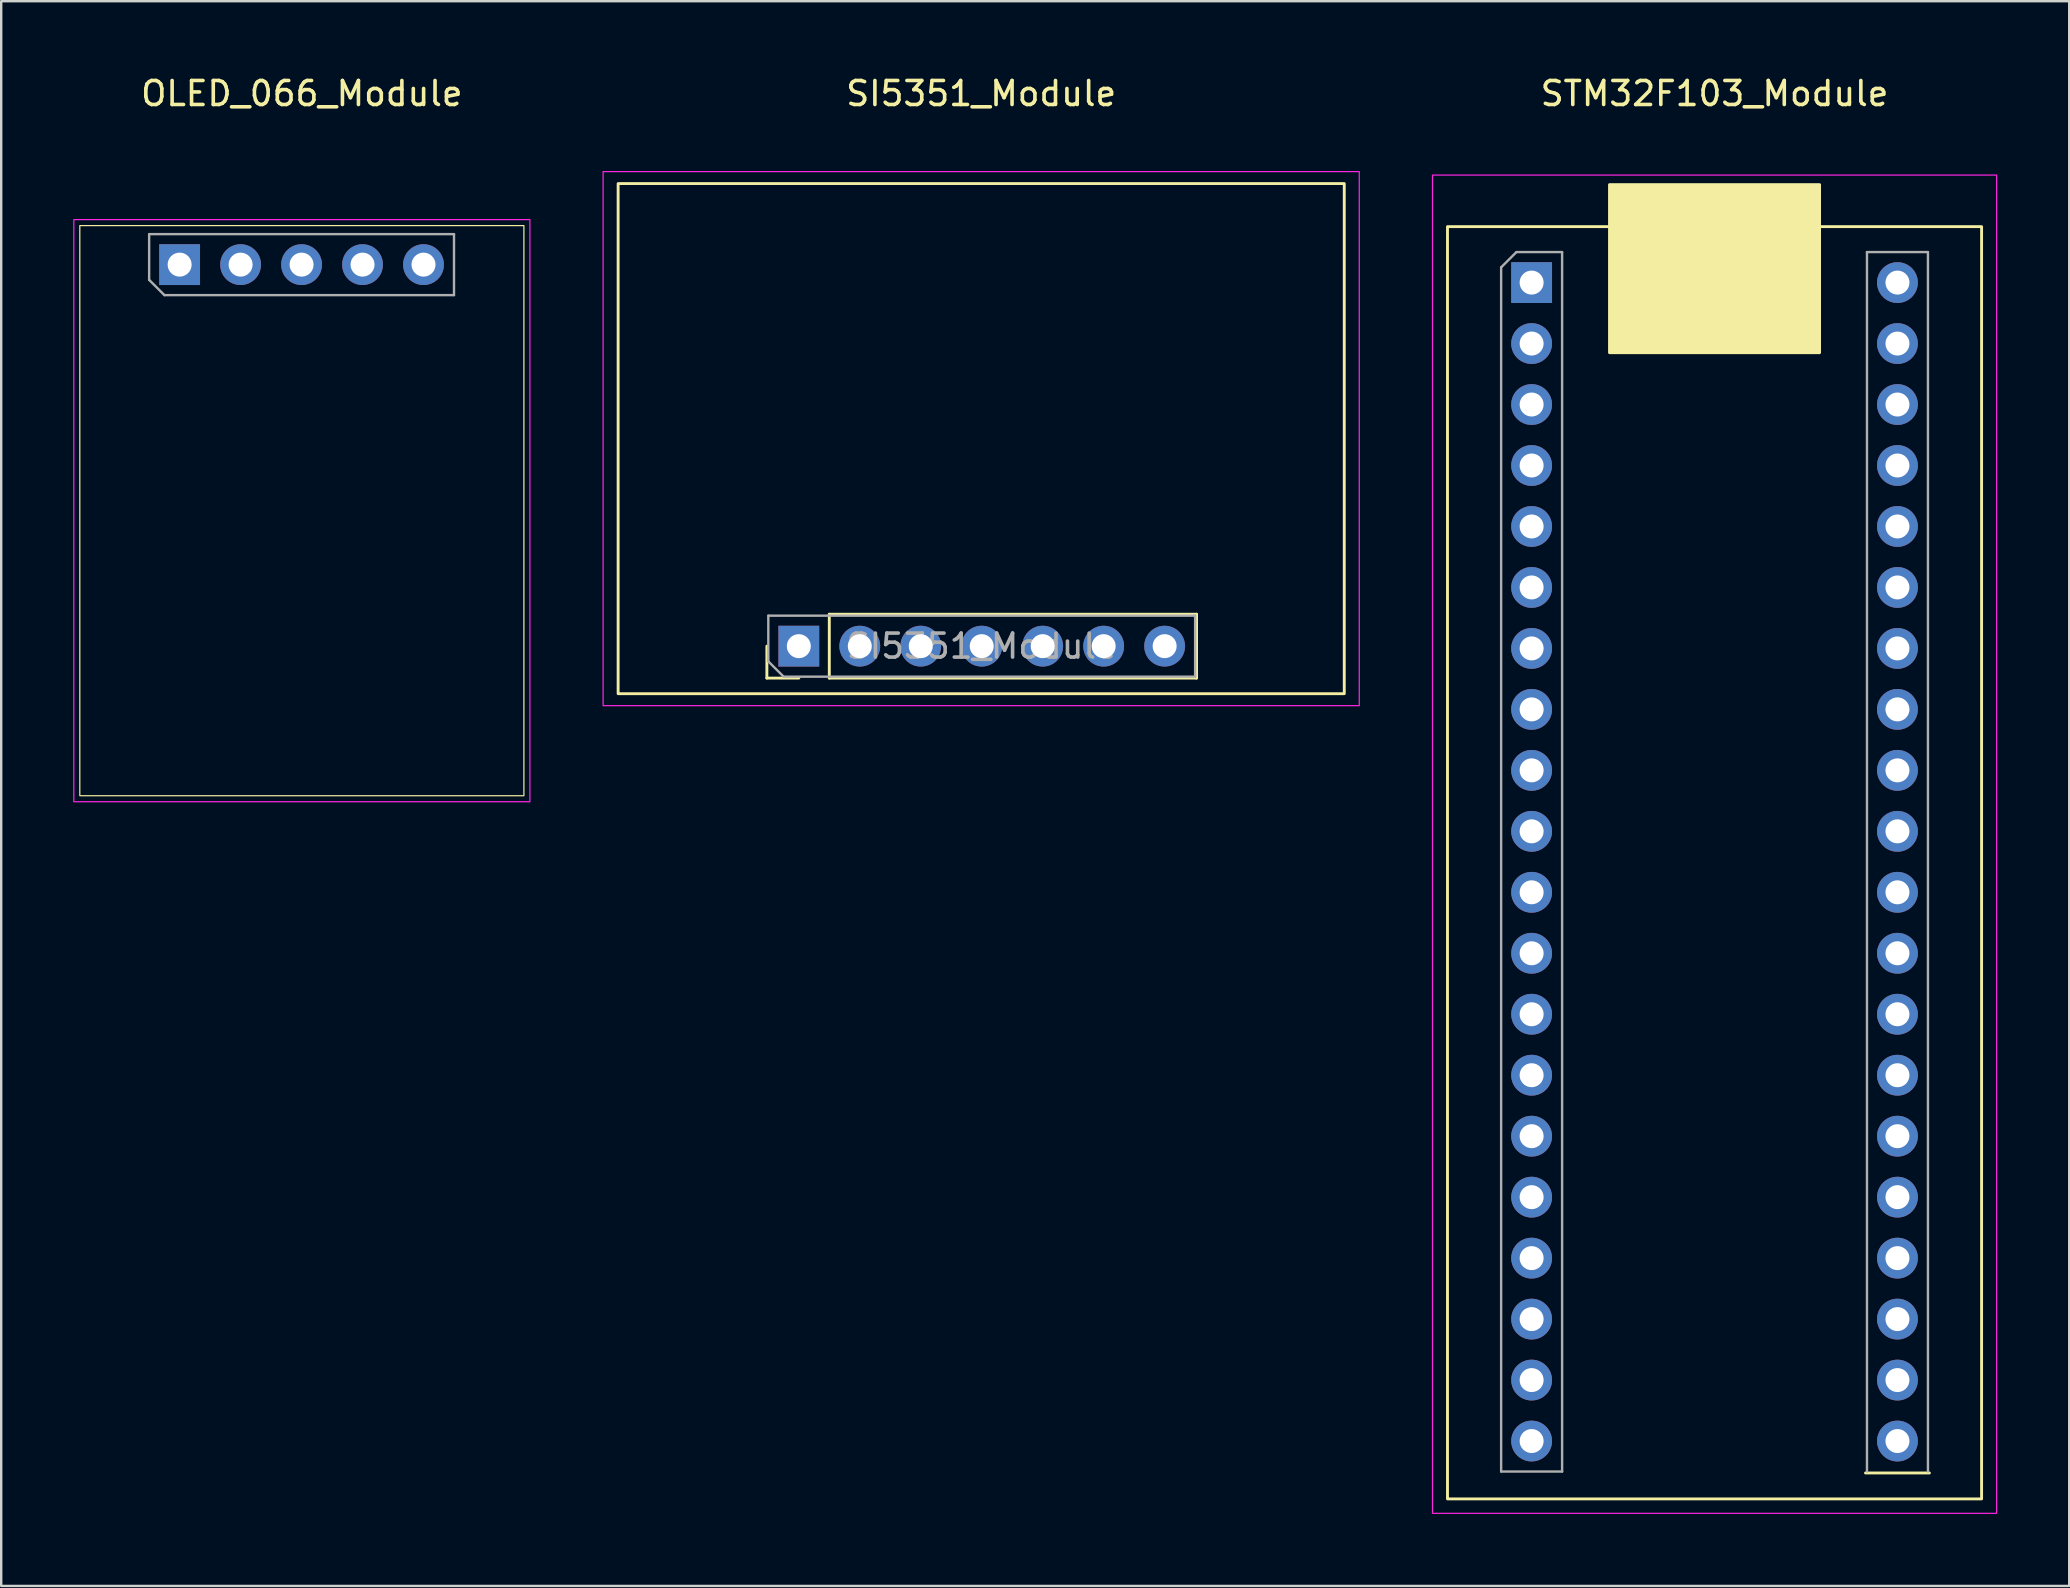
<source format=kicad_pcb>
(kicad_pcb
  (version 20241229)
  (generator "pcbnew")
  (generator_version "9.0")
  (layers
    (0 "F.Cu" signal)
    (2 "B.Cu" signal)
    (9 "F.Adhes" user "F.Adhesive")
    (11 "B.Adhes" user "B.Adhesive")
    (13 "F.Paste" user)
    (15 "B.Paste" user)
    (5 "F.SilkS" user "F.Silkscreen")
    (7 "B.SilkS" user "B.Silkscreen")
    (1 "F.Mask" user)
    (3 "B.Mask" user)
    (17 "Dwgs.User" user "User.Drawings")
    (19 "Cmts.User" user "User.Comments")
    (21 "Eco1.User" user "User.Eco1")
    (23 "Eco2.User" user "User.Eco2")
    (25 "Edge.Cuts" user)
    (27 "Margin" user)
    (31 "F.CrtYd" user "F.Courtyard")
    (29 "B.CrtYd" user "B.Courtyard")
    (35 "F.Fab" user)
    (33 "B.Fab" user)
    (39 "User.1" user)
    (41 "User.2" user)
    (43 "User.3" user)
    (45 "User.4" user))
  (footprint "STM32F103_Module"
    (layer "F.Cu")
    (at 68.375 3.642)
    (property "Reference" "STM32F103_Module" (at 0 -2.794 0) (unlocked yes) (layer "F.SilkS") (effects (font (size 1 1) (thickness 0.15))))
    (attr through_hole)
    (fp_line (start 6.29 54.67) (end 8.95 54.67) (stroke (width 0.12) (type solid)) (layer "F.SilkS"))
    (fp_rect (start -11.125 2.75) (end 11.125 55.75) (stroke (width 0.12) (type solid)) (fill no) (layer "F.SilkS"))
    (fp_rect (start -4.375 1) (end 4.375 8) (stroke (width 0.12) (type solid)) (fill yes) (layer "F.SilkS"))
    (fp_rect (start -11.75 0.6) (end 11.75 56.35) (stroke (width 0.05) (type solid)) (fill no) (layer "F.CrtYd"))
    (fp_line (start -8.89 4.445) (end -8.255 3.81) (stroke (width 0.1) (type solid)) (layer "F.Fab"))
    (fp_line (start -8.89 54.61) (end -8.89 4.445) (stroke (width 0.1) (type solid)) (layer "F.Fab"))
    (fp_line (start -8.255 3.81) (end -6.35 3.81) (stroke (width 0.1) (type solid)) (layer "F.Fab"))
    (fp_line (start -6.35 3.81) (end -6.35 54.61) (stroke (width 0.1) (type solid)) (layer "F.Fab"))
    (fp_line (start -6.35 54.61) (end -8.89 54.61) (stroke (width 0.1) (type solid)) (layer "F.Fab"))
    (fp_line (start 6.35 3.81) (end 8.89 3.81) (stroke (width 0.1) (type solid)) (layer "F.Fab"))
    (fp_line (start 6.35 54.61) (end 6.35 3.81) (stroke (width 0.1) (type solid)) (layer "F.Fab"))
    (fp_line (start 8.89 3.81) (end 8.89 54.61) (stroke (width 0.1) (type solid)) (layer "F.Fab"))
    (pad "1" thru_hole rect (at -7.62 5.08) (size 1.7 1.7) (drill 1) (layers "*.Cu" "*.Mask"))
    (pad "2" thru_hole oval (at -7.62 7.62) (size 1.7 1.7) (drill 1) (layers "*.Cu" "*.Mask"))
    (pad "3" thru_hole oval (at -7.62 10.16) (size 1.7 1.7) (drill 1) (layers "*.Cu" "*.Mask"))
    (pad "4" thru_hole oval (at -7.62 12.7) (size 1.7 1.7) (drill 1) (layers "*.Cu" "*.Mask"))
    (pad "5" thru_hole oval (at -7.62 15.24) (size 1.7 1.7) (drill 1) (layers "*.Cu" "*.Mask"))
    (pad "6" thru_hole oval (at -7.62 17.78) (size 1.7 1.7) (drill 1) (layers "*.Cu" "*.Mask"))
    (pad "7" thru_hole oval (at -7.62 20.32) (size 1.7 1.7) (drill 1) (layers "*.Cu" "*.Mask"))
    (pad "8" thru_hole oval (at -7.62 22.86) (size 1.7 1.7) (drill 1) (layers "*.Cu" "*.Mask"))
    (pad "9" thru_hole oval (at -7.62 25.4) (size 1.7 1.7) (drill 1) (layers "*.Cu" "*.Mask"))
    (pad "10" thru_hole oval (at -7.62 27.94) (size 1.7 1.7) (drill 1) (layers "*.Cu" "*.Mask"))
    (pad "11" thru_hole oval (at -7.62 30.48) (size 1.7 1.7) (drill 1) (layers "*.Cu" "*.Mask"))
    (pad "12" thru_hole oval (at -7.62 33.02) (size 1.7 1.7) (drill 1) (layers "*.Cu" "*.Mask"))
    (pad "13" thru_hole oval (at -7.62 35.56) (size 1.7 1.7) (drill 1) (layers "*.Cu" "*.Mask"))
    (pad "14" thru_hole oval (at -7.62 38.1) (size 1.7 1.7) (drill 1) (layers "*.Cu" "*.Mask"))
    (pad "15" thru_hole oval (at -7.62 40.64) (size 1.7 1.7) (drill 1) (layers "*.Cu" "*.Mask"))
    (pad "16" thru_hole oval (at -7.62 43.18) (size 1.7 1.7) (drill 1) (layers "*.Cu" "*.Mask"))
    (pad "17" thru_hole oval (at -7.62 45.72) (size 1.7 1.7) (drill 1) (layers "*.Cu" "*.Mask"))
    (pad "18" thru_hole oval (at -7.62 48.26) (size 1.7 1.7) (drill 1) (layers "*.Cu" "*.Mask"))
    (pad "19" thru_hole oval (at -7.62 50.8) (size 1.7 1.7) (drill 1) (layers "*.Cu" "*.Mask"))
    (pad "20" thru_hole oval (at -7.62 53.34) (size 1.7 1.7) (drill 1) (layers "*.Cu" "*.Mask"))
    (pad "21" thru_hole oval (at 7.62 53.34) (size 1.7 1.7) (drill 1) (layers "*.Cu" "*.Mask"))
    (pad "22" thru_hole oval (at 7.62 50.8) (size 1.7 1.7) (drill 1) (layers "*.Cu" "*.Mask"))
    (pad "23" thru_hole oval (at 7.62 48.26) (size 1.7 1.7) (drill 1) (layers "*.Cu" "*.Mask"))
    (pad "24" thru_hole oval (at 7.62 45.72) (size 1.7 1.7) (drill 1) (layers "*.Cu" "*.Mask"))
    (pad "25" thru_hole oval (at 7.62 43.18) (size 1.7 1.7) (drill 1) (layers "*.Cu" "*.Mask"))
    (pad "26" thru_hole oval (at 7.62 40.64) (size 1.7 1.7) (drill 1) (layers "*.Cu" "*.Mask"))
    (pad "27" thru_hole oval (at 7.62 38.1) (size 1.7 1.7) (drill 1) (layers "*.Cu" "*.Mask"))
    (pad "28" thru_hole oval (at 7.62 35.56) (size 1.7 1.7) (drill 1) (layers "*.Cu" "*.Mask"))
    (pad "29" thru_hole oval (at 7.62 33.02) (size 1.7 1.7) (drill 1) (layers "*.Cu" "*.Mask"))
    (pad "30" thru_hole oval (at 7.62 30.48) (size 1.7 1.7) (drill 1) (layers "*.Cu" "*.Mask"))
    (pad "31" thru_hole oval (at 7.62 27.94) (size 1.7 1.7) (drill 1) (layers "*.Cu" "*.Mask"))
    (pad "32" thru_hole oval (at 7.62 25.4) (size 1.7 1.7) (drill 1) (layers "*.Cu" "*.Mask"))
    (pad "33" thru_hole oval (at 7.62 22.86) (size 1.7 1.7) (drill 1) (layers "*.Cu" "*.Mask"))
    (pad "34" thru_hole oval (at 7.62 20.32) (size 1.7 1.7) (drill 1) (layers "*.Cu" "*.Mask"))
    (pad "35" thru_hole oval (at 7.62 17.78) (size 1.7 1.7) (drill 1) (layers "*.Cu" "*.Mask"))
    (pad "36" thru_hole oval (at 7.62 15.24) (size 1.7 1.7) (drill 1) (layers "*.Cu" "*.Mask"))
    (pad "37" thru_hole oval (at 7.62 12.7) (size 1.7 1.7) (drill 1) (layers "*.Cu" "*.Mask"))
    (pad "38" thru_hole oval (at 7.62 10.16) (size 1.7 1.7) (drill 1) (layers "*.Cu" "*.Mask"))
    (pad "39" thru_hole oval (at 7.62 7.62) (size 1.7 1.7) (drill 1) (layers "*.Cu" "*.Mask"))
    (pad "40" thru_hole circle (at 7.62 5.08) (size 1.7 1.7) (drill 1) (layers "*.Cu" "*.Mask")))
  (footprint "OLED_066_Module"
    (layer "F.Cu")
    (at 9.525 1.348)
    (property "Reference" "OLED_066_Module" (at 0 -0.5 0) (unlocked yes) (layer "F.SilkS") (effects (font (size 1 1) (thickness 0.15))))
    (attr through_hole)
    (fp_rect (start -9.25 5) (end 9.25 28.75) (stroke (width 0.05) (type solid)) (fill no) (layer "F.SilkS"))
    (fp_rect (start -9.5 4.75) (end 9.5 29) (stroke (width 0.05) (type solid)) (fill no) (layer "F.CrtYd"))
    (fp_line (start -6.362 5.356) (end 6.338 5.356) (stroke (width 0.1) (type solid)) (layer "F.Fab"))
    (fp_line (start -6.362 7.261) (end -6.362 5.356) (stroke (width 0.1) (type solid)) (layer "F.Fab"))
    (fp_line (start -5.727 7.896) (end -6.362 7.261) (stroke (width 0.1) (type solid)) (layer "F.Fab"))
    (fp_line (start 6.338 5.356) (end 6.338 7.896) (stroke (width 0.1) (type solid)) (layer "F.Fab"))
    (fp_line (start 6.338 7.896) (end -5.727 7.896) (stroke (width 0.1) (type solid)) (layer "F.Fab"))
    (pad "1" thru_hole rect (at -5.092 6.626 90) (size 1.7 1.7) (drill 1) (layers "*.Cu" "*.Mask"))
    (pad "2" thru_hole oval (at -2.552 6.626 90) (size 1.7 1.7) (drill 1) (layers "*.Cu" "*.Mask"))
    (pad "3" thru_hole oval (at -0.012 6.626 90) (size 1.7 1.7) (drill 1) (layers "*.Cu" "*.Mask"))
    (pad "4" thru_hole oval (at 2.528 6.626 90) (size 1.7 1.7) (drill 1) (layers "*.Cu" "*.Mask"))
    (pad "5" thru_hole oval (at 5.068 6.626 90) (size 1.7 1.7) (drill 1) (layers "*.Cu" "*.Mask")))
  (footprint "SI5351_Module"
    (layer "F.Cu")
    (at 37.825 1.348)
    (property "Reference" "SI5351_Module" (at 0 -0.5 0) (unlocked yes) (layer "F.SilkS") (effects (font (size 1 1) (thickness 0.15))))
    (attr through_hole)
    (fp_line (start -8.928 23.85) (end -8.928 22.52) (stroke (width 0.12) (type solid)) (layer "F.SilkS"))
    (fp_line (start -7.598 23.85) (end -8.928 23.85) (stroke (width 0.12) (type solid)) (layer "F.SilkS"))
    (fp_line (start -6.328 21.19) (end 8.972 21.19) (stroke (width 0.12) (type solid)) (layer "F.SilkS"))
    (fp_line (start -6.328 23.85) (end -6.328 21.19) (stroke (width 0.12) (type solid)) (layer "F.SilkS"))
    (fp_line (start -6.328 23.85) (end 8.972 23.85) (stroke (width 0.12) (type solid)) (layer "F.SilkS"))
    (fp_line (start 8.972 23.85) (end 8.972 21.19) (stroke (width 0.12) (type solid)) (layer "F.SilkS"))
    (fp_rect (start -15.125 3.25) (end 15.125 24.5) (stroke (width 0.12) (type solid)) (fill no) (layer "F.SilkS"))
    (fp_rect (start -15.75 2.75) (end 15.75 25) (stroke (width 0.05) (type solid)) (fill no) (layer "F.CrtYd"))
    (fp_line (start -8.868 21.25) (end 8.912 21.25) (stroke (width 0.1) (type solid)) (layer "F.Fab"))
    (fp_line (start -8.868 23.155) (end -8.868 21.25) (stroke (width 0.1) (type solid)) (layer "F.Fab"))
    (fp_line (start -8.233 23.79) (end -8.868 23.155) (stroke (width 0.1) (type solid)) (layer "F.Fab"))
    (fp_line (start 8.912 21.25) (end 8.912 23.79) (stroke (width 0.1) (type solid)) (layer "F.Fab"))
    (fp_line (start 8.912 23.79) (end -8.233 23.79) (stroke (width 0.1) (type solid)) (layer "F.Fab"))
    (fp_text user "${REFERENCE}" (at 0.022 22.52 180) (layer "F.Fab") (effects (font (size 1 1) (thickness 0.15))))
    (pad "1" thru_hole rect (at -7.598 22.52 90) (size 1.7 1.7) (drill 1) (layers "*.Cu" "*.Mask"))
    (pad "2" thru_hole oval (at -5.058 22.52 90) (size 1.7 1.7) (drill 1) (layers "*.Cu" "*.Mask"))
    (pad "3" thru_hole oval (at -2.518 22.52 90) (size 1.7 1.7) (drill 1) (layers "*.Cu" "*.Mask"))
    (pad "4" thru_hole oval (at 0.022 22.52 90) (size 1.7 1.7) (drill 1) (layers "*.Cu" "*.Mask"))
    (pad "5" thru_hole oval (at 2.562 22.52 90) (size 1.7 1.7) (drill 1) (layers "*.Cu" "*.Mask"))
    (pad "6" thru_hole oval (at 5.102 22.52 90) (size 1.7 1.7) (drill 1) (layers "*.Cu" "*.Mask"))
    (pad "7" thru_hole oval (at 7.642 22.52 90) (size 1.7 1.7) (drill 1) (layers "*.Cu" "*.Mask")))
  (gr_rect
    (start -3 -3)
    (end 83.15 63.017)
    (stroke (width 0.1) (type default))
    (fill no)
    (layer "Edge.Cuts")))
</source>
